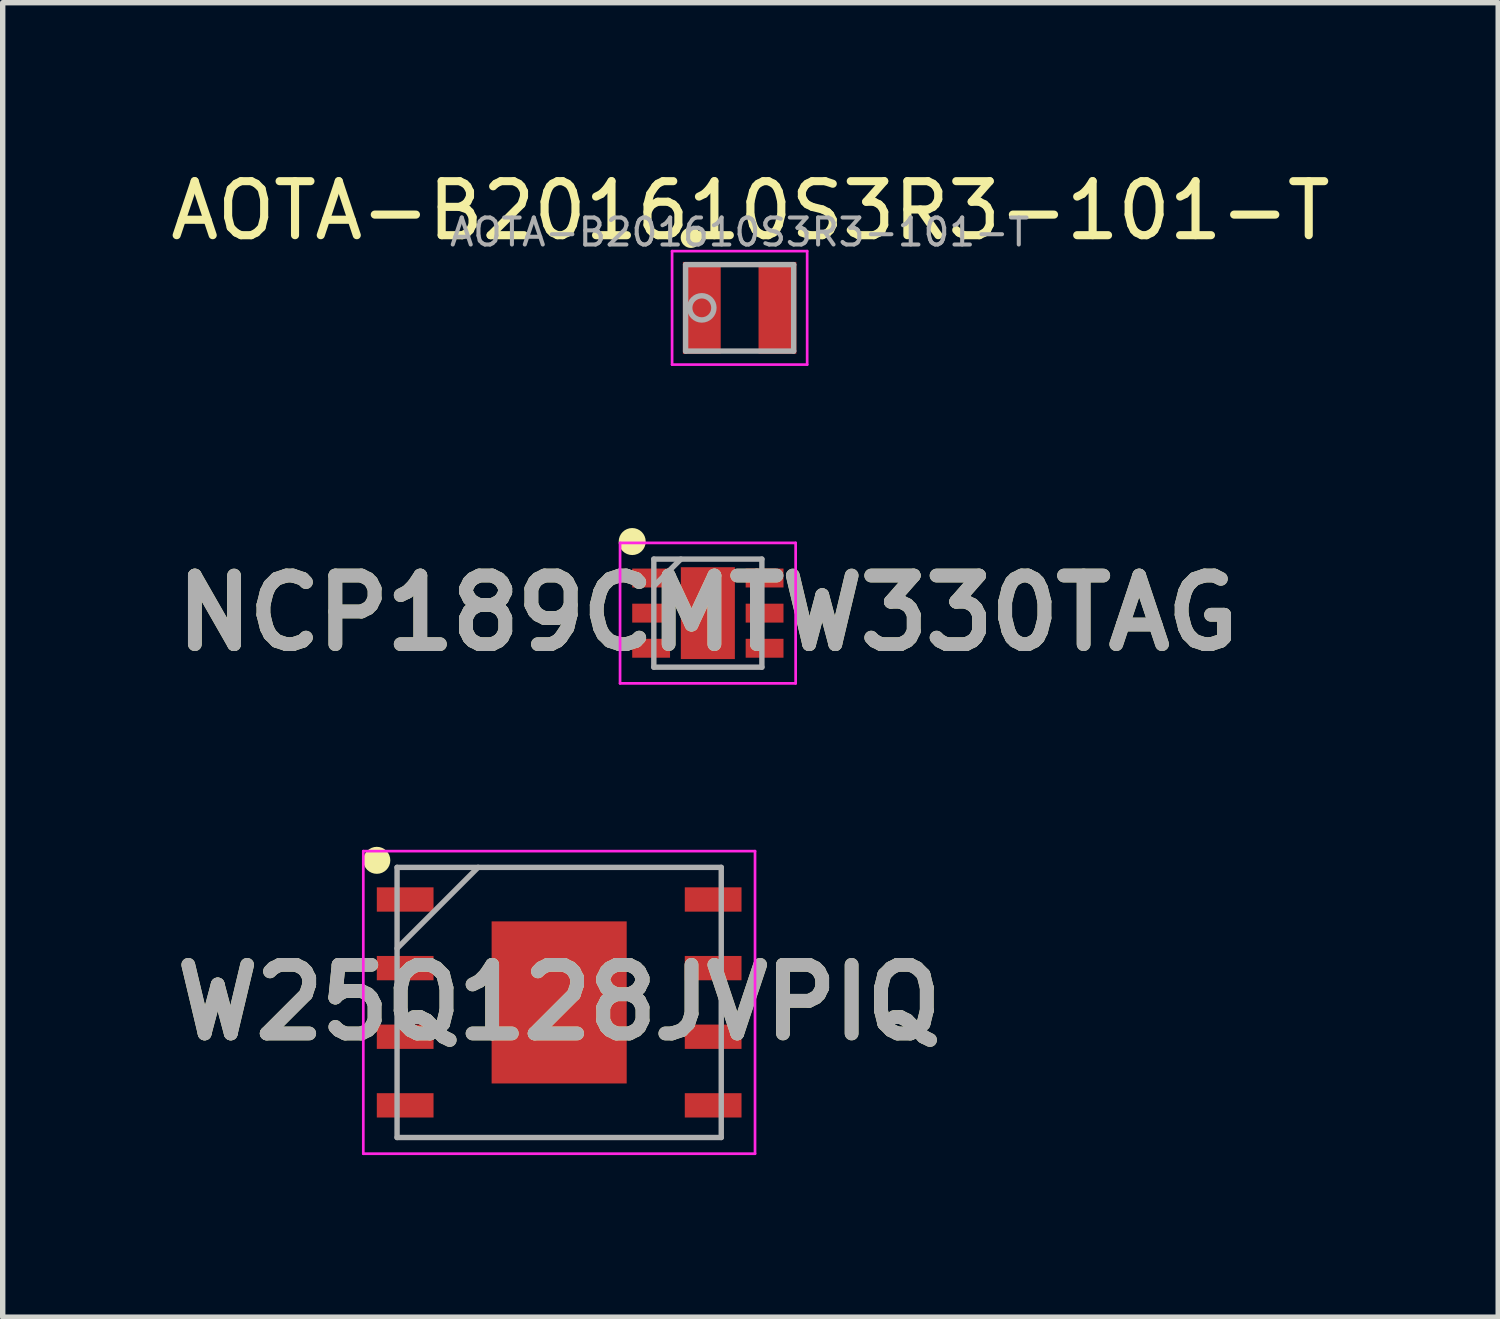
<source format=kicad_pcb>
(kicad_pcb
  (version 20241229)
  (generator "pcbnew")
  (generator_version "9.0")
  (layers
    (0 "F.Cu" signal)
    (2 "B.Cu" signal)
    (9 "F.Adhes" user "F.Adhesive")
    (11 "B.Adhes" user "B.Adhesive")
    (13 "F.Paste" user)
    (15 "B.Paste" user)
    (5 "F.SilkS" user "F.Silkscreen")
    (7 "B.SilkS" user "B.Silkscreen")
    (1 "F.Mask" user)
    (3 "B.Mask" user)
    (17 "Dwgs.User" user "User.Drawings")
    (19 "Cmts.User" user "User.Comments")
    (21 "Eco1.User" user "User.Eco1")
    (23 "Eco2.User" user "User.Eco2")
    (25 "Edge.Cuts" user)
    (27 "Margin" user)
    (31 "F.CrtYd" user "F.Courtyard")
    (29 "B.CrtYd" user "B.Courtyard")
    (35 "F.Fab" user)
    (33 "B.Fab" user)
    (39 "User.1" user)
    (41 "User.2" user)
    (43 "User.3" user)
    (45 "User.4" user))
  (footprint "AOTA-B201610S3R3-101-T"
    (layer "F.Cu")
    (at 10.639 2.648)
    (property "Reference" "AOTA-B201610S3R3-101-T" (at 0.2 -1.8 0) (layer "F.SilkS") (effects (font (size 1 1) (thickness 0.15))))
    (attr smd)
    (fp_circle (center -0.9 -1.3) (end -0.759 -1.3) (stroke (width 0.1) (type solid)) (fill yes) (layer "F.SilkS"))
    (fp_line (start -1.25 -1.05) (end -1.25 1.05) (stroke (width 0.05) (type solid)) (layer "F.CrtYd"))
    (fp_line (start -1.25 1.05) (end 1.25 1.05) (stroke (width 0.05) (type solid)) (layer "F.CrtYd"))
    (fp_line (start 1.25 -1.05) (end -1.25 -1.05) (stroke (width 0.05) (type solid)) (layer "F.CrtYd"))
    (fp_line (start 1.25 1.05) (end 1.25 -1.05) (stroke (width 0.05) (type solid)) (layer "F.CrtYd"))
    (fp_line (start -1 -0.8) (end -1 0.8) (stroke (width 0.1) (type solid)) (layer "F.Fab"))
    (fp_line (start -1 0.8) (end 1 0.8) (stroke (width 0.1) (type solid)) (layer "F.Fab"))
    (fp_line (start 1 -0.8) (end -1 -0.8) (stroke (width 0.1) (type solid)) (layer "F.Fab"))
    (fp_line (start 1 0.8) (end 1 -0.8) (stroke (width 0.1) (type solid)) (layer "F.Fab"))
    (fp_circle (center -0.7 0) (end -0.476 0) (stroke (width 0.1) (type solid)) (fill no) (layer "F.Fab"))
    (fp_text user "${REFERENCE}" (at 0 -1.4 0) (layer "F.Fab") (effects (font (size 0.5 0.5) (thickness 0.075))))
    (pad "1" smd rect (at -0.7 0) (size 0.7 1.7) (layers "F.Cu" "F.Mask" "F.Paste"))
    (pad "2" smd rect (at 0.7 0) (size 0.7 1.7) (layers "F.Cu" "F.Mask" "F.Paste")))
  (footprint "W25Q128JVPIQ"
    (layer "F.Cu")
    (at 7.299 15.503)
    (property "Reference" "W25Q128JVPIQ" (at 0 0 0) (layer "F.SilkS") (effects (font (size 1.27 1.27) (thickness 0.254))))
    (attr smd)
    (fp_circle (center -3.375 -2.63) (end -3.375 -2.505) (stroke (width 0.25) (type solid)) (fill no) (layer "F.SilkS"))
    (fp_line (start -3.625 -2.8) (end 3.625 -2.8) (stroke (width 0.05) (type solid)) (layer "F.CrtYd"))
    (fp_line (start -3.625 2.8) (end -3.625 -2.8) (stroke (width 0.05) (type solid)) (layer "F.CrtYd"))
    (fp_line (start 3.625 -2.8) (end 3.625 2.8) (stroke (width 0.05) (type solid)) (layer "F.CrtYd"))
    (fp_line (start 3.625 2.8) (end -3.625 2.8) (stroke (width 0.05) (type solid)) (layer "F.CrtYd"))
    (fp_line (start -3 -2.5) (end 3 -2.5) (stroke (width 0.1) (type solid)) (layer "F.Fab"))
    (fp_line (start -3 -1) (end -1.5 -2.5) (stroke (width 0.1) (type solid)) (layer "F.Fab"))
    (fp_line (start -3 2.5) (end -3 -2.5) (stroke (width 0.1) (type solid)) (layer "F.Fab"))
    (fp_line (start 3 -2.5) (end 3 2.5) (stroke (width 0.1) (type solid)) (layer "F.Fab"))
    (fp_line (start 3 2.5) (end -3 2.5) (stroke (width 0.1) (type solid)) (layer "F.Fab"))
    (fp_text user "${REFERENCE}" (at 0 0 0) (layer "F.Fab") (effects (font (size 1.27 1.27) (thickness 0.254))))
    (pad "1" smd rect (at -2.85 -1.905 90) (size 0.45 1.05) (layers "F.Cu" "F.Mask" "F.Paste"))
    (pad "2" smd rect (at -2.85 -0.635 90) (size 0.45 1.05) (layers "F.Cu" "F.Mask" "F.Paste"))
    (pad "3" smd rect (at -2.85 0.635 90) (size 0.45 1.05) (layers "F.Cu" "F.Mask" "F.Paste"))
    (pad "4" smd rect (at -2.85 1.905 90) (size 0.45 1.05) (layers "F.Cu" "F.Mask" "F.Paste"))
    (pad "5" smd rect (at 2.85 1.905 90) (size 0.45 1.05) (layers "F.Cu" "F.Mask" "F.Paste"))
    (pad "6" smd rect (at 2.85 0.635 90) (size 0.45 1.05) (layers "F.Cu" "F.Mask" "F.Paste"))
    (pad "7" smd rect (at 2.85 -0.635 90) (size 0.45 1.05) (layers "F.Cu" "F.Mask" "F.Paste"))
    (pad "8" smd rect (at 2.85 -1.905 90) (size 0.45 1.05) (layers "F.Cu" "F.Mask" "F.Paste"))
    (pad "9" smd rect (at 0 0) (size 2.5 3) (layers "F.Cu" "F.Mask" "F.Paste")))
  (footprint "NCP189CMTW330TAG"
    (layer "F.Cu")
    (at 10.051 8.298)
    (property "Reference" "NCP189CMTW330TAG" (at 0 0 0) (layer "F.SilkS") (effects (font (size 1.27 1.27) (thickness 0.254))))
    (attr smd)
    (fp_circle (center -1.4 -1.325) (end -1.4 -1.2) (stroke (width 0.25) (type solid)) (fill no) (layer "F.SilkS"))
    (fp_line (start -1.625 -1.3) (end 1.625 -1.3) (stroke (width 0.05) (type solid)) (layer "F.CrtYd"))
    (fp_line (start -1.625 1.3) (end -1.625 -1.3) (stroke (width 0.05) (type solid)) (layer "F.CrtYd"))
    (fp_line (start 1.625 -1.3) (end 1.625 1.3) (stroke (width 0.05) (type solid)) (layer "F.CrtYd"))
    (fp_line (start 1.625 1.3) (end -1.625 1.3) (stroke (width 0.05) (type solid)) (layer "F.CrtYd"))
    (fp_line (start -1 -1) (end 1 -1) (stroke (width 0.1) (type solid)) (layer "F.Fab"))
    (fp_line (start -1 -0.5) (end -0.5 -1) (stroke (width 0.1) (type solid)) (layer "F.Fab"))
    (fp_line (start -1 1) (end -1 -1) (stroke (width 0.1) (type solid)) (layer "F.Fab"))
    (fp_line (start 1 -1) (end 1 1) (stroke (width 0.1) (type solid)) (layer "F.Fab"))
    (fp_line (start 1 1) (end -1 1) (stroke (width 0.1) (type solid)) (layer "F.Fab"))
    (fp_text user "${REFERENCE}" (at 0 0 0) (layer "F.Fab") (effects (font (size 1.27 1.27) (thickness 0.254))))
    (pad "1" smd rect (at -1.05 -0.65 90) (size 0.35 0.7) (layers "F.Cu" "F.Mask" "F.Paste"))
    (pad "2" smd rect (at -1.05 0 90) (size 0.35 0.7) (layers "F.Cu" "F.Mask" "F.Paste"))
    (pad "3" smd rect (at -1.05 0.65 90) (size 0.35 0.7) (layers "F.Cu" "F.Mask" "F.Paste"))
    (pad "4" smd rect (at 1.05 0.65 90) (size 0.35 0.7) (layers "F.Cu" "F.Mask" "F.Paste"))
    (pad "5" smd rect (at 1.05 0 90) (size 0.35 0.7) (layers "F.Cu" "F.Mask" "F.Paste"))
    (pad "6" smd rect (at 1.05 -0.65 90) (size 0.35 0.7) (layers "F.Cu" "F.Mask" "F.Paste"))
    (pad "7" smd rect (at 0 0) (size 1 1.7) (layers "F.Cu" "F.Mask" "F.Paste")))
  (gr_rect
    (start -3 -3)
    (end 24.679 21.328)
    (stroke (width 0.1) (type default))
    (fill no)
    (layer "Edge.Cuts")))
</source>
